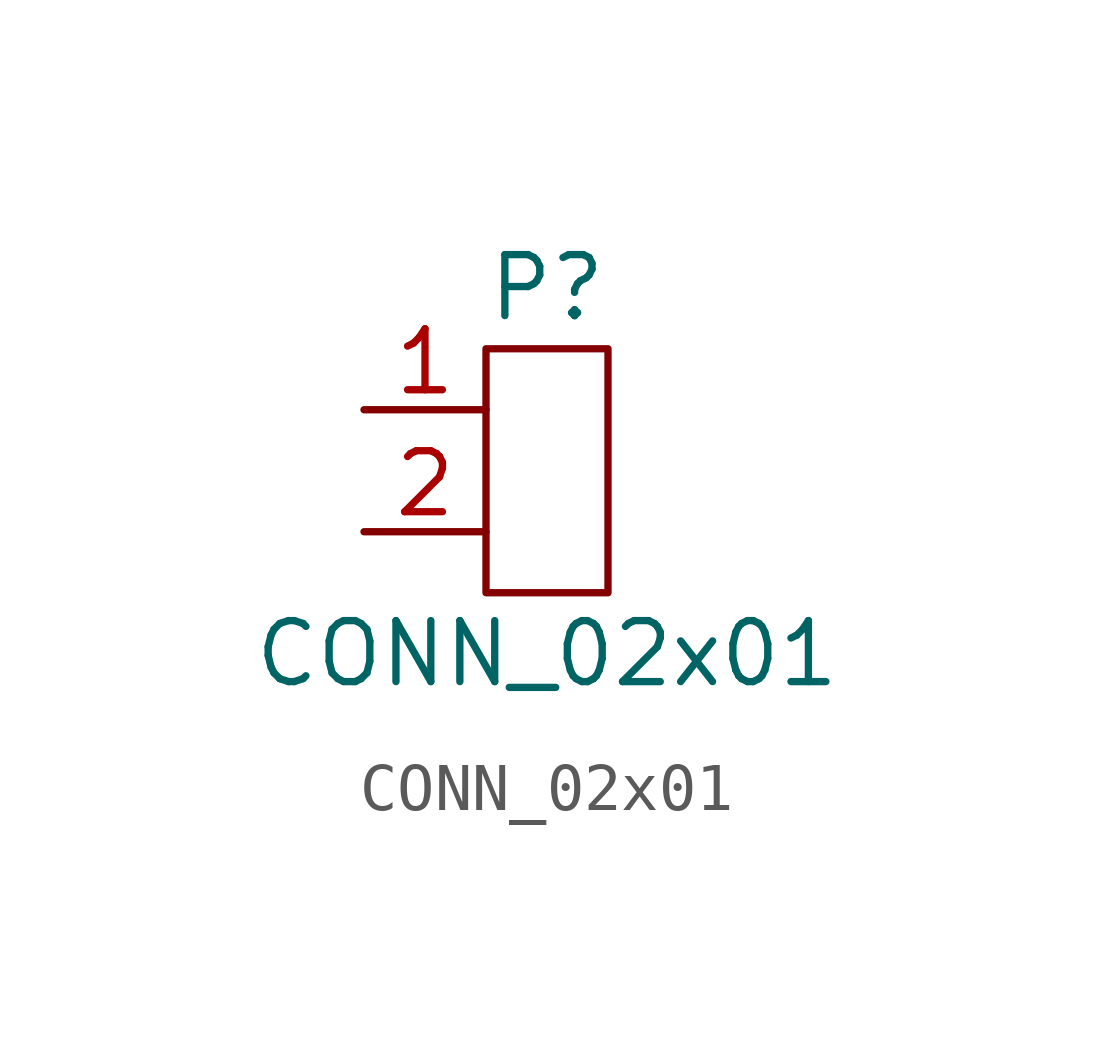
<source format=kicad_sym>
(kicad_symbol_lib
  (version 20211014)
  (generator kicad_symbol_editor)
  (symbol "CONN_02x01"
    (pin_names
      (offset 1.016))
    (property "Reference" "P"
      (at 0 3.81 0)
      (effects (font (size 1.27 1.27))))
    (property "Value" "CONN_02x01"
      (at 0 -3.81 0)
      (effects (font (size 1.27 1.27))))
    (symbol "CONN_02x01_0_1"
      (rectangle (start -1.27 2.54) (end 1.27 -2.54) (stroke (width 0) (type default) (color 0 0 0 0)) (fill (type none))))
    (symbol "CONN_02x01_1_1"
      (pin unspecified line (at -3.81 1.27 0) (length 2.54) (name "~" (effects (font (size 1.27 1.27)))) (number "1" (effects (font (size 1.27 1.27)))))
      (pin unspecified line (at -3.81 -1.27 0) (length 2.54) (name "~" (effects (font (size 1.27 1.27)))) (number "2" (effects (font (size 1.27 1.27))))))))
</source>
